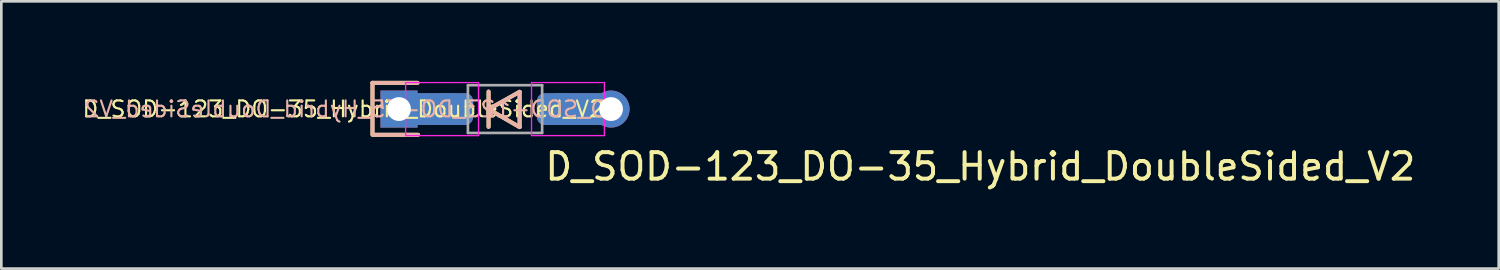
<source format=kicad_pcb>
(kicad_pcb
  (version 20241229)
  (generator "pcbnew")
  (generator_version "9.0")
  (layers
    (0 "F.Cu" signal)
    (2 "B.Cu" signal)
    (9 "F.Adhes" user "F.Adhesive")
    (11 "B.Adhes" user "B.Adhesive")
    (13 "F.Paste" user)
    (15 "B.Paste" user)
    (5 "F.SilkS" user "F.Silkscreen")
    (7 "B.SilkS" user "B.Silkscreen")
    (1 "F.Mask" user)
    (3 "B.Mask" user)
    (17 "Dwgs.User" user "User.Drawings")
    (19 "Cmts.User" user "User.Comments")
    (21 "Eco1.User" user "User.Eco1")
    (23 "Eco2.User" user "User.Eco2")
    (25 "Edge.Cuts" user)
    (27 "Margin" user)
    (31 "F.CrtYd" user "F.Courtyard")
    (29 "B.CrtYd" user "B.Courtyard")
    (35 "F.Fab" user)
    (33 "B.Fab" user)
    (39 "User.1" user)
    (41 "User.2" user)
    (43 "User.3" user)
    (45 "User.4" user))
  (footprint "D_SOD-123_DO-35_Hybrid_DoubleSided_V2"
    (layer "F.Cu")
    (at 16.003 1.065)
    (property "Reference" "D_SOD-123_DO-35_Hybrid_DoubleSided_V2" (at 1.43 2.17 180) (layer "F.SilkS") (effects (font (size 1 1) (thickness 0.15)) (justify left)))
    (attr smd)
    (fp_line (start -5 0.96) (end -5 -0.99) (stroke (width 0.15) (type default)) (layer "F.SilkS"))
    (fp_line (start -3.3 -0.99) (end -5 -0.99) (stroke (width 0.15) (type default)) (layer "F.SilkS"))
    (fp_line (start -3.28 0.97) (end -4.99 0.97) (stroke (width 0.15) (type default)) (layer "F.SilkS"))
    (fp_line (start -0.62 0.005) (end 0.55 0.68) (stroke (width 0.15) (type solid)) (layer "F.SilkS"))
    (fp_line (start -0.62 0.67) (end -0.62 -0.66) (stroke (width 0.15) (type solid)) (layer "F.SilkS"))
    (fp_line (start 0.55 -0.65) (end -0.62 0.005) (stroke (width 0.15) (type solid)) (layer "F.SilkS"))
    (fp_line (start 0.55 0.68) (end 0.55 -0.65) (stroke (width 0.15) (type solid)) (layer "F.SilkS"))
    (fp_line (start -5 0.96) (end -5 -0.99) (stroke (width 0.15) (type default)) (layer "B.SilkS"))
    (fp_line (start -3.3 -0.99) (end -5 -0.99) (stroke (width 0.15) (type default)) (layer "B.SilkS"))
    (fp_line (start -3.28 0.97) (end -4.99 0.97) (stroke (width 0.15) (type default)) (layer "B.SilkS"))
    (fp_line (start -0.62 0.005) (end 0.55 0.68) (stroke (width 0.15) (type solid)) (layer "B.SilkS"))
    (fp_line (start -0.62 0.67) (end -0.62 -0.66) (stroke (width 0.15) (type solid)) (layer "B.SilkS"))
    (fp_line (start 0.55 -0.65) (end -0.62 0.005) (stroke (width 0.15) (type solid)) (layer "B.SilkS"))
    (fp_line (start 0.55 0.68) (end 0.55 -0.65) (stroke (width 0.15) (type solid)) (layer "B.SilkS"))
    (fp_line (start -3.75 1) (end -3.75 -1) (stroke (width 0.05) (type default)) (layer "F.CrtYd"))
    (fp_line (start -3.75 1) (end -1 1) (stroke (width 0.05) (type solid)) (layer "F.CrtYd"))
    (fp_line (start -1 -1) (end -3.75 -1) (stroke (width 0.05) (type solid)) (layer "F.CrtYd"))
    (fp_line (start -1 1) (end -1 -1) (stroke (width 0.05) (type default)) (layer "F.CrtYd"))
    (fp_line (start 1 1) (end 1 -1) (stroke (width 0.05) (type default)) (layer "F.CrtYd"))
    (fp_line (start 1 1) (end 3.75 1) (stroke (width 0.05) (type solid)) (layer "F.CrtYd"))
    (fp_line (start 3.75 -1) (end 1 -1) (stroke (width 0.05) (type solid)) (layer "F.CrtYd"))
    (fp_line (start 3.75 1) (end 3.75 -1) (stroke (width 0.05) (type default)) (layer "F.CrtYd"))
    (fp_line (start -1.4 -0.9) (end -1.4 0.9) (stroke (width 0.1) (type solid)) (layer "F.Fab"))
    (fp_line (start -1.4 0.9) (end 1.4 0.9) (stroke (width 0.1) (type solid)) (layer "F.Fab"))
    (fp_line (start 1.4 -0.9) (end -1.4 -0.9) (stroke (width 0.1) (type solid)) (layer "F.Fab"))
    (fp_line (start 1.4 0.9) (end 1.4 -0.9) (stroke (width 0.1) (type solid)) (layer "F.Fab"))
    (fp_line (start -4.978 -1.011) (end -4.978 1.016) (stroke (width 0.05) (type solid)) (layer "User.9"))
    (fp_line (start -4.978 1.016) (end 4.833 1.016) (stroke (width 0.05) (type default)) (layer "User.9"))
    (fp_line (start 4.833 -1.011) (end -4.979 -1.011) (stroke (width 0.05) (type solid)) (layer "User.9"))
    (fp_line (start 4.833 1.016) (end 4.833 -1.011) (stroke (width 0.05) (type default)) (layer "User.9"))
    (fp_line (start -4.978 -1.016) (end -4.978 1.011) (stroke (width 0.05) (type solid)) (layer "User.10"))
    (fp_line (start -4.978 1.011) (end 4.833 1.011) (stroke (width 0.05) (type default)) (layer "User.10"))
    (fp_line (start 4.833 -1.016) (end -4.979 -1.016) (stroke (width 0.05) (type solid)) (layer "User.10"))
    (fp_line (start 4.833 1.011) (end 4.833 -1.016) (stroke (width 0.05) (type default)) (layer "User.10"))
    (fp_text user "${REFERENCE}" (at -6.1 0 180) (layer "F.SilkS") (effects (font (size 0.6 0.6) (thickness 0.08))))
    (fp_text user "${REFERENCE}" (at -6.03 0 180) (layer "B.SilkS") (effects (font (size 0.6 0.6) (thickness 0.08)) (justify mirror)))
    (pad "1" thru_hole rect (at -4 0) (size 1.4 1.4) (drill 0.9) (layers "*.Cu" "*.Mask"))
    (pad "1" smd rect (at -2.75 0) (size 1.6 1.2) (layers "B.Cu"))
    (pad "1" smd rect (at -2.7 0) (size 1.6 1.2) (layers "F.Cu"))
    (pad "1" smd roundrect (at -1.95 0) (size 1.5 1.2) (layers "F.Cu" "F.Mask" "F.Paste") (roundrect_rratio 0.25))
    (pad "1" smd roundrect (at -1.9 0) (size 1.4 1.2) (layers "B.Cu" "B.Mask" "B.Paste") (roundrect_rratio 0.25))
    (pad "2" smd roundrect (at 1.9 0) (size 1.4 1.2) (layers "F.Cu" "F.Mask" "F.Paste") (roundrect_rratio 0.25))
    (pad "2" smd roundrect (at 1.9 0) (size 1.4 1.2) (layers "B.Cu" "B.Mask" "B.Paste") (roundrect_rratio 0.25))
    (pad "2" smd rect (at 2.96 0) (size 2.12 1.2) (layers "F.Cu"))
    (pad "2" smd rect (at 2.97 0) (size 2.14 1.2) (layers "B.Cu"))
    (pad "2" thru_hole circle (at 4 0) (size 1.4 1.4) (drill 0.9) (layers "*.Cu" "*.Mask")))
  (gr_rect
    (start -3 -3)
    (end 53.492 7.083)
    (stroke (width 0.1) (type default))
    (fill no)
    (layer "Edge.Cuts")))
</source>
